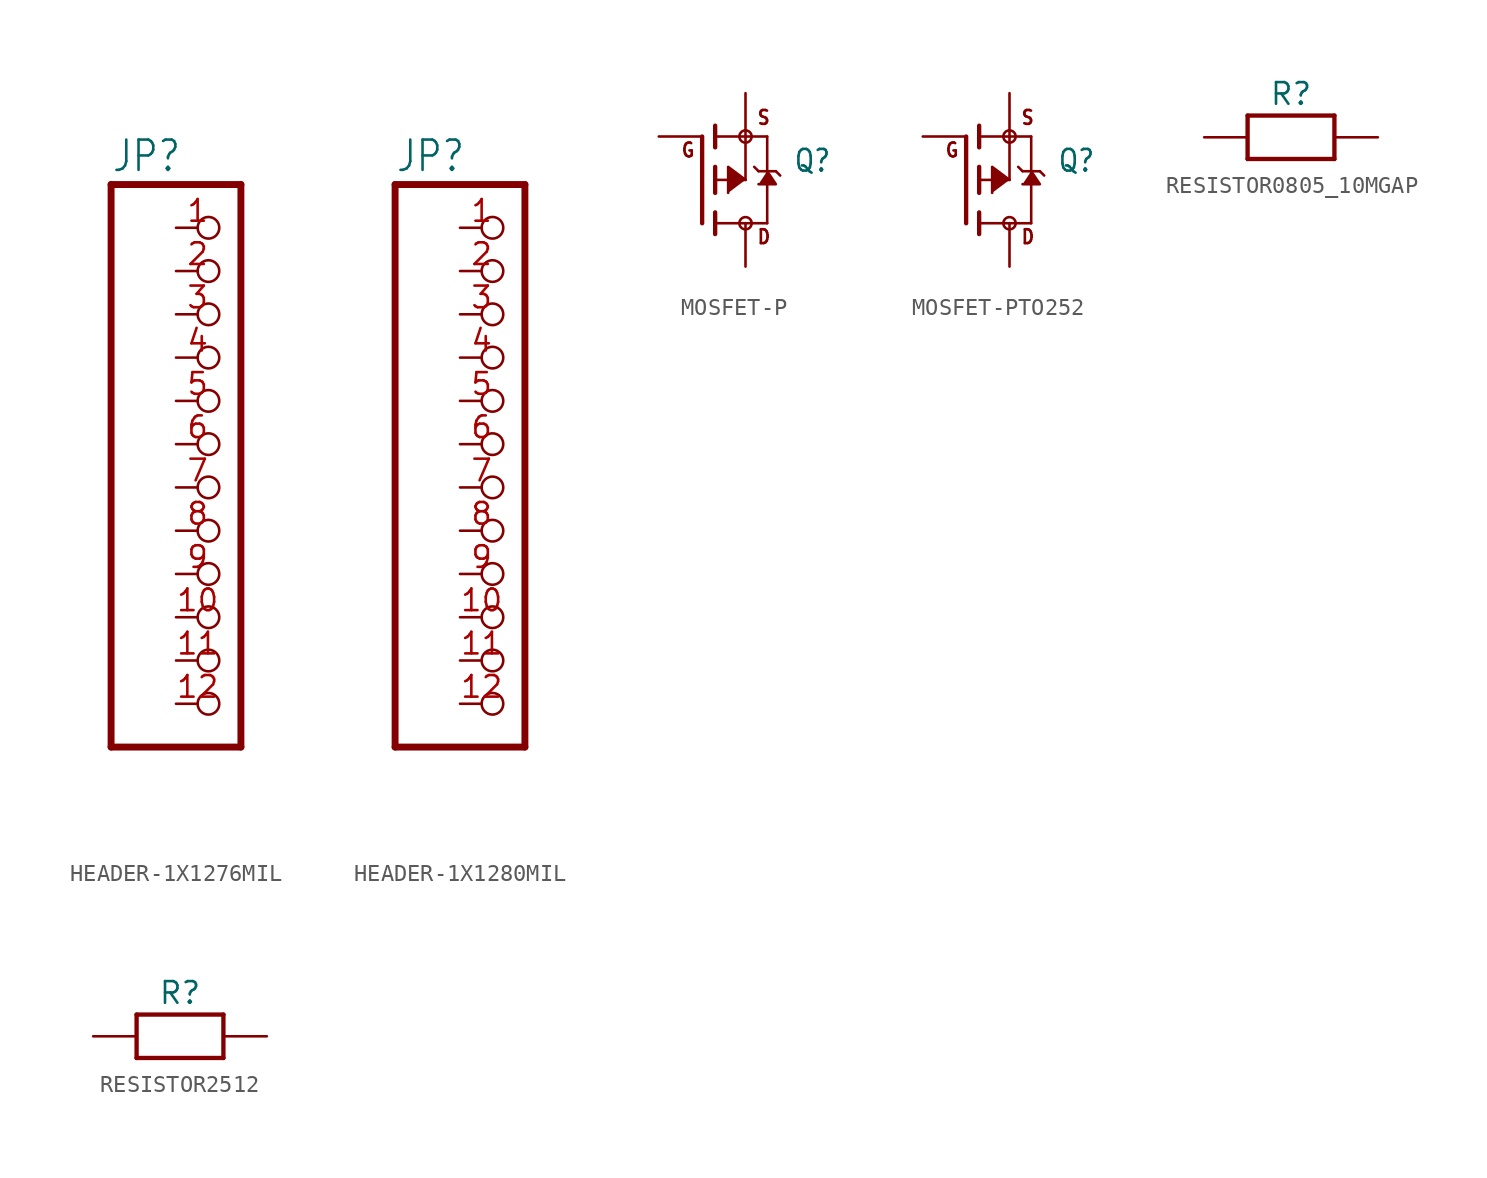
<source format=kicad_sym>
(kicad_symbol_lib
  (version 20231120)
  (generator "kicad_symbol_editor")
  (generator_version "8.0")
  (symbol "HEADER-1X1276MIL"
    (property "Reference" "JP"
      (at -6.35 18.415 0)
      (effects (font (size 1.778 1.511)) (justify left bottom)))
    (property "Value" ""
      (at -6.35 -17.78 0)
      (effects (font (size 1.778 1.511)) (justify left bottom)))
    (property "ki_locked" ""
      (at 0 0 0)
      (effects (font (size 1.27 1.27))))
    (symbol "HEADER-1X1276MIL_1_0"
      (polyline (pts (xy -6.35 -15.24) (xy 1.27 -15.24)) (stroke (width 0.406) (type solid)) (fill (type none)))
      (polyline (pts (xy -6.35 17.78) (xy -6.35 -15.24)) (stroke (width 0.406) (type solid)) (fill (type none)))
      (polyline (pts (xy 1.27 -15.24) (xy 1.27 17.78)) (stroke (width 0.406) (type solid)) (fill (type none)))
      (polyline (pts (xy 1.27 17.78) (xy -6.35 17.78)) (stroke (width 0.406) (type solid)) (fill (type none)))
      (pin passive inverted (at -2.54 15.24 0) (length 2.54) (name "1" (effects (font (size 0 0)))) (number "1" (effects (font (size 1.27 1.27)))))
      (pin passive inverted (at -2.54 -7.62 0) (length 2.54) (name "10" (effects (font (size 0 0)))) (number "10" (effects (font (size 1.27 1.27)))))
      (pin passive inverted (at -2.54 -10.16 0) (length 2.54) (name "11" (effects (font (size 0 0)))) (number "11" (effects (font (size 1.27 1.27)))))
      (pin passive inverted (at -2.54 -12.7 0) (length 2.54) (name "12" (effects (font (size 0 0)))) (number "12" (effects (font (size 1.27 1.27)))))
      (pin passive inverted (at -2.54 12.7 0) (length 2.54) (name "2" (effects (font (size 0 0)))) (number "2" (effects (font (size 1.27 1.27)))))
      (pin passive inverted (at -2.54 10.16 0) (length 2.54) (name "3" (effects (font (size 0 0)))) (number "3" (effects (font (size 1.27 1.27)))))
      (pin passive inverted (at -2.54 7.62 0) (length 2.54) (name "4" (effects (font (size 0 0)))) (number "4" (effects (font (size 1.27 1.27)))))
      (pin passive inverted (at -2.54 5.08 0) (length 2.54) (name "5" (effects (font (size 0 0)))) (number "5" (effects (font (size 1.27 1.27)))))
      (pin passive inverted (at -2.54 2.54 0) (length 2.54) (name "6" (effects (font (size 0 0)))) (number "6" (effects (font (size 1.27 1.27)))))
      (pin passive inverted (at -2.54 0 0) (length 2.54) (name "7" (effects (font (size 0 0)))) (number "7" (effects (font (size 1.27 1.27)))))
      (pin passive inverted (at -2.54 -2.54 0) (length 2.54) (name "8" (effects (font (size 0 0)))) (number "8" (effects (font (size 1.27 1.27)))))
      (pin passive inverted (at -2.54 -5.08 0) (length 2.54) (name "9" (effects (font (size 0 0)))) (number "9" (effects (font (size 1.27 1.27)))))))
  (symbol "HEADER-1X1280MIL"
    (property "Reference" "JP"
      (at -6.35 18.415 0)
      (effects (font (size 1.778 1.511)) (justify left bottom)))
    (property "Value" ""
      (at -6.35 -17.78 0)
      (effects (font (size 1.778 1.511)) (justify left bottom)))
    (property "ki_locked" ""
      (at 0 0 0)
      (effects (font (size 1.27 1.27))))
    (symbol "HEADER-1X1280MIL_1_0"
      (polyline (pts (xy -6.35 -15.24) (xy 1.27 -15.24)) (stroke (width 0.406) (type solid)) (fill (type none)))
      (polyline (pts (xy -6.35 17.78) (xy -6.35 -15.24)) (stroke (width 0.406) (type solid)) (fill (type none)))
      (polyline (pts (xy 1.27 -15.24) (xy 1.27 17.78)) (stroke (width 0.406) (type solid)) (fill (type none)))
      (polyline (pts (xy 1.27 17.78) (xy -6.35 17.78)) (stroke (width 0.406) (type solid)) (fill (type none)))
      (pin passive inverted (at -2.54 15.24 0) (length 2.54) (name "1" (effects (font (size 0 0)))) (number "1" (effects (font (size 1.27 1.27)))))
      (pin passive inverted (at -2.54 -7.62 0) (length 2.54) (name "10" (effects (font (size 0 0)))) (number "10" (effects (font (size 1.27 1.27)))))
      (pin passive inverted (at -2.54 -10.16 0) (length 2.54) (name "11" (effects (font (size 0 0)))) (number "11" (effects (font (size 1.27 1.27)))))
      (pin passive inverted (at -2.54 -12.7 0) (length 2.54) (name "12" (effects (font (size 0 0)))) (number "12" (effects (font (size 1.27 1.27)))))
      (pin passive inverted (at -2.54 12.7 0) (length 2.54) (name "2" (effects (font (size 0 0)))) (number "2" (effects (font (size 1.27 1.27)))))
      (pin passive inverted (at -2.54 10.16 0) (length 2.54) (name "3" (effects (font (size 0 0)))) (number "3" (effects (font (size 1.27 1.27)))))
      (pin passive inverted (at -2.54 7.62 0) (length 2.54) (name "4" (effects (font (size 0 0)))) (number "4" (effects (font (size 1.27 1.27)))))
      (pin passive inverted (at -2.54 5.08 0) (length 2.54) (name "5" (effects (font (size 0 0)))) (number "5" (effects (font (size 1.27 1.27)))))
      (pin passive inverted (at -2.54 2.54 0) (length 2.54) (name "6" (effects (font (size 0 0)))) (number "6" (effects (font (size 1.27 1.27)))))
      (pin passive inverted (at -2.54 0 0) (length 2.54) (name "7" (effects (font (size 0 0)))) (number "7" (effects (font (size 1.27 1.27)))))
      (pin passive inverted (at -2.54 -2.54 0) (length 2.54) (name "8" (effects (font (size 0 0)))) (number "8" (effects (font (size 1.27 1.27)))))
      (pin passive inverted (at -2.54 -5.08 0) (length 2.54) (name "9" (effects (font (size 0 0)))) (number "9" (effects (font (size 1.27 1.27)))))))
  (symbol "MOSFET-P"
    (property "Reference" "Q"
      (at 2.794 0.381 0)
      (effects (font (size 1.27 1.079)) (justify left bottom)))
    (property "Value" ""
      (at 2.794 -1.905 0)
      (effects (font (size 1.27 1.079)) (justify left bottom)))
    (property "ki_locked" ""
      (at 0 0 0)
      (effects (font (size 1.27 1.27))))
    (symbol "MOSFET-P_1_0"
      (circle (center 0 -2.54) (radius 0.359) (stroke (width 0) (type solid)) (fill (type none)))
      (polyline (pts (xy -2.54 -2.54) (xy -2.54 2.54)) (stroke (width 0.254) (type solid)) (fill (type none)))
      (polyline (pts (xy -1.778 -3.175) (xy -1.778 -2.54)) (stroke (width 0.254) (type solid)) (fill (type none)))
      (polyline (pts (xy -1.778 -2.54) (xy -1.778 -1.905)) (stroke (width 0.254) (type solid)) (fill (type none)))
      (polyline (pts (xy -1.778 -2.54) (xy 1.27 -2.54)) (stroke (width 0.152) (type solid)) (fill (type none)))
      (polyline (pts (xy -1.778 -0.762) (xy -1.778 0)) (stroke (width 0.254) (type solid)) (fill (type none)))
      (polyline (pts (xy -1.778 0) (xy -1.778 0.762)) (stroke (width 0.254) (type solid)) (fill (type none)))
      (polyline (pts (xy -1.778 0) (xy 0 0)) (stroke (width 0.152) (type solid)) (fill (type none)))
      (polyline (pts (xy -1.778 1.905) (xy -1.778 2.54)) (stroke (width 0.254) (type solid)) (fill (type none)))
      (polyline (pts (xy -1.778 2.54) (xy -1.778 3.175)) (stroke (width 0.254) (type solid)) (fill (type none)))
      (polyline (pts (xy 0 0) (xy 0 2.54)) (stroke (width 0.152) (type solid)) (fill (type none)))
      (polyline (pts (xy 0 2.54) (xy -1.778 2.54)) (stroke (width 0.152) (type solid)) (fill (type none)))
      (polyline (pts (xy 0 2.54) (xy 1.27 2.54)) (stroke (width 0.152) (type solid)) (fill (type none)))
      (polyline (pts (xy 0.508 0.762) (xy 0.762 0.508)) (stroke (width 0.152) (type solid)) (fill (type none)))
      (polyline (pts (xy 0.762 0.508) (xy 1.27 0.508)) (stroke (width 0.152) (type solid)) (fill (type none)))
      (polyline (pts (xy 1.27 -2.54) (xy 1.27 0.508)) (stroke (width 0.152) (type solid)) (fill (type none)))
      (polyline (pts (xy 1.27 0.508) (xy 1.27 2.54)) (stroke (width 0.152) (type solid)) (fill (type none)))
      (polyline (pts (xy 1.27 0.508) (xy 1.778 0.508)) (stroke (width 0.152) (type solid)) (fill (type none)))
      (polyline (pts (xy 1.778 0.508) (xy 2.032 0.254)) (stroke (width 0.152) (type solid)) (fill (type none)))
      (polyline (pts (xy 0 0) (xy -1.016 0.762) (xy -1.016 -0.762)) (stroke (width 0.152) (type solid)) (fill (type outline)))
      (polyline (pts (xy 1.27 0.508) (xy 1.778 -0.254) (xy 0.762 -0.254)) (stroke (width 0.152) (type solid)) (fill (type outline)))
      (circle (center 0 2.54) (radius 0.359) (stroke (width 0) (type solid)) (fill (type none)))
      (text "D" (at 0.635 -3.81 0) (effects (font (size 0.813 0.691)) (justify left bottom)))
      (text "G" (at -3.81 1.27 0) (effects (font (size 0.813 0.691)) (justify left bottom)))
      (text "S" (at 0.635 3.175 0) (effects (font (size 0.813 0.691)) (justify left bottom)))
      (pin passive line (at -5.08 2.54 0) (length 2.54) (name "G" (effects (font (size 0 0)))) (number "1" (effects (font (size 0 0)))))
      (pin passive line (at 0 5.08 270) (length 2.54) (name "S" (effects (font (size 0 0)))) (number "2" (effects (font (size 0 0)))))
      (pin passive line (at 0 -5.08 90) (length 2.54) (name "D" (effects (font (size 0 0)))) (number "3" (effects (font (size 0 0)))))))
  (symbol "MOSFET-PTO252"
    (property "Reference" "Q"
      (at 2.794 0.381 0)
      (effects (font (size 1.27 1.079)) (justify left bottom)))
    (property "Value" ""
      (at 2.794 -1.905 0)
      (effects (font (size 1.27 1.079)) (justify left bottom)))
    (property "ki_locked" ""
      (at 0 0 0)
      (effects (font (size 1.27 1.27))))
    (symbol "MOSFET-PTO252_1_0"
      (circle (center 0 -2.54) (radius 0.359) (stroke (width 0) (type solid)) (fill (type none)))
      (polyline (pts (xy -2.54 -2.54) (xy -2.54 2.54)) (stroke (width 0.254) (type solid)) (fill (type none)))
      (polyline (pts (xy -1.778 -3.175) (xy -1.778 -2.54)) (stroke (width 0.254) (type solid)) (fill (type none)))
      (polyline (pts (xy -1.778 -2.54) (xy -1.778 -1.905)) (stroke (width 0.254) (type solid)) (fill (type none)))
      (polyline (pts (xy -1.778 -2.54) (xy 1.27 -2.54)) (stroke (width 0.152) (type solid)) (fill (type none)))
      (polyline (pts (xy -1.778 -0.762) (xy -1.778 0)) (stroke (width 0.254) (type solid)) (fill (type none)))
      (polyline (pts (xy -1.778 0) (xy -1.778 0.762)) (stroke (width 0.254) (type solid)) (fill (type none)))
      (polyline (pts (xy -1.778 0) (xy 0 0)) (stroke (width 0.152) (type solid)) (fill (type none)))
      (polyline (pts (xy -1.778 1.905) (xy -1.778 2.54)) (stroke (width 0.254) (type solid)) (fill (type none)))
      (polyline (pts (xy -1.778 2.54) (xy -1.778 3.175)) (stroke (width 0.254) (type solid)) (fill (type none)))
      (polyline (pts (xy 0 0) (xy 0 2.54)) (stroke (width 0.152) (type solid)) (fill (type none)))
      (polyline (pts (xy 0 2.54) (xy -1.778 2.54)) (stroke (width 0.152) (type solid)) (fill (type none)))
      (polyline (pts (xy 0 2.54) (xy 1.27 2.54)) (stroke (width 0.152) (type solid)) (fill (type none)))
      (polyline (pts (xy 0.508 0.762) (xy 0.762 0.508)) (stroke (width 0.152) (type solid)) (fill (type none)))
      (polyline (pts (xy 0.762 0.508) (xy 1.27 0.508)) (stroke (width 0.152) (type solid)) (fill (type none)))
      (polyline (pts (xy 1.27 -2.54) (xy 1.27 0.508)) (stroke (width 0.152) (type solid)) (fill (type none)))
      (polyline (pts (xy 1.27 0.508) (xy 1.27 2.54)) (stroke (width 0.152) (type solid)) (fill (type none)))
      (polyline (pts (xy 1.27 0.508) (xy 1.778 0.508)) (stroke (width 0.152) (type solid)) (fill (type none)))
      (polyline (pts (xy 1.778 0.508) (xy 2.032 0.254)) (stroke (width 0.152) (type solid)) (fill (type none)))
      (polyline (pts (xy 0 0) (xy -1.016 0.762) (xy -1.016 -0.762)) (stroke (width 0.152) (type solid)) (fill (type outline)))
      (polyline (pts (xy 1.27 0.508) (xy 1.778 -0.254) (xy 0.762 -0.254)) (stroke (width 0.152) (type solid)) (fill (type outline)))
      (circle (center 0 2.54) (radius 0.359) (stroke (width 0) (type solid)) (fill (type none)))
      (text "D" (at 0.635 -3.81 0) (effects (font (size 0.813 0.691)) (justify left bottom)))
      (text "G" (at -3.81 1.27 0) (effects (font (size 0.813 0.691)) (justify left bottom)))
      (text "S" (at 0.635 3.175 0) (effects (font (size 0.813 0.691)) (justify left bottom)))
      (pin passive line (at -5.08 2.54 0) (length 2.54) (name "G" (effects (font (size 0 0)))) (number "1" (effects (font (size 0 0)))))
      (pin passive line (at 0 5.08 270) (length 2.54) (name "S" (effects (font (size 0 0)))) (number "2" (effects (font (size 0 0)))))
      (pin passive line (at 0 -5.08 90) (length 2.54) (name "D" (effects (font (size 0 0)))) (number "3" (effects (font (size 0 0)))))))
  (symbol "RESISTOR0805_10MGAP"
    (property "Reference" "R"
      (at 0 2.54 0)
      (effects (font (size 1.27 1.27))))
    (property "Value" ""
      (at 0 0 0)
      (effects (font (size 1.016 1.016) (bold yes))))
    (property "ki_locked" ""
      (at 0 0 0)
      (effects (font (size 1.27 1.27))))
    (symbol "RESISTOR0805_10MGAP_1_0"
      (polyline (pts (xy -2.54 -1.27) (xy -2.54 1.27)) (stroke (width 0.254) (type solid)) (fill (type none)))
      (polyline (pts (xy -2.54 1.27) (xy 2.54 1.27)) (stroke (width 0.254) (type solid)) (fill (type none)))
      (polyline (pts (xy 2.54 -1.27) (xy -2.54 -1.27)) (stroke (width 0.254) (type solid)) (fill (type none)))
      (polyline (pts (xy 2.54 1.27) (xy 2.54 -1.27)) (stroke (width 0.254) (type solid)) (fill (type none)))
      (pin passive line (at -5.08 0 0) (length 2.54) (name "1" (effects (font (size 0 0)))) (number "1" (effects (font (size 0 0)))))
      (pin passive line (at 5.08 0 180) (length 2.54) (name "2" (effects (font (size 0 0)))) (number "2" (effects (font (size 0 0)))))))
  (symbol "RESISTOR2512"
    (property "Reference" "R"
      (at 0 2.54 0)
      (effects (font (size 1.27 1.27))))
    (property "Value" ""
      (at 0 0 0)
      (effects (font (size 1.016 1.016) (bold yes))))
    (property "ki_locked" ""
      (at 0 0 0)
      (effects (font (size 1.27 1.27))))
    (symbol "RESISTOR2512_1_0"
      (polyline (pts (xy -2.54 -1.27) (xy -2.54 1.27)) (stroke (width 0.254) (type solid)) (fill (type none)))
      (polyline (pts (xy -2.54 1.27) (xy 2.54 1.27)) (stroke (width 0.254) (type solid)) (fill (type none)))
      (polyline (pts (xy 2.54 -1.27) (xy -2.54 -1.27)) (stroke (width 0.254) (type solid)) (fill (type none)))
      (polyline (pts (xy 2.54 1.27) (xy 2.54 -1.27)) (stroke (width 0.254) (type solid)) (fill (type none)))
      (pin passive line (at -5.08 0 0) (length 2.54) (name "1" (effects (font (size 0 0)))) (number "1" (effects (font (size 0 0)))))
      (pin passive line (at 5.08 0 180) (length 2.54) (name "2" (effects (font (size 0 0)))) (number "2" (effects (font (size 0 0))))))))
</source>
